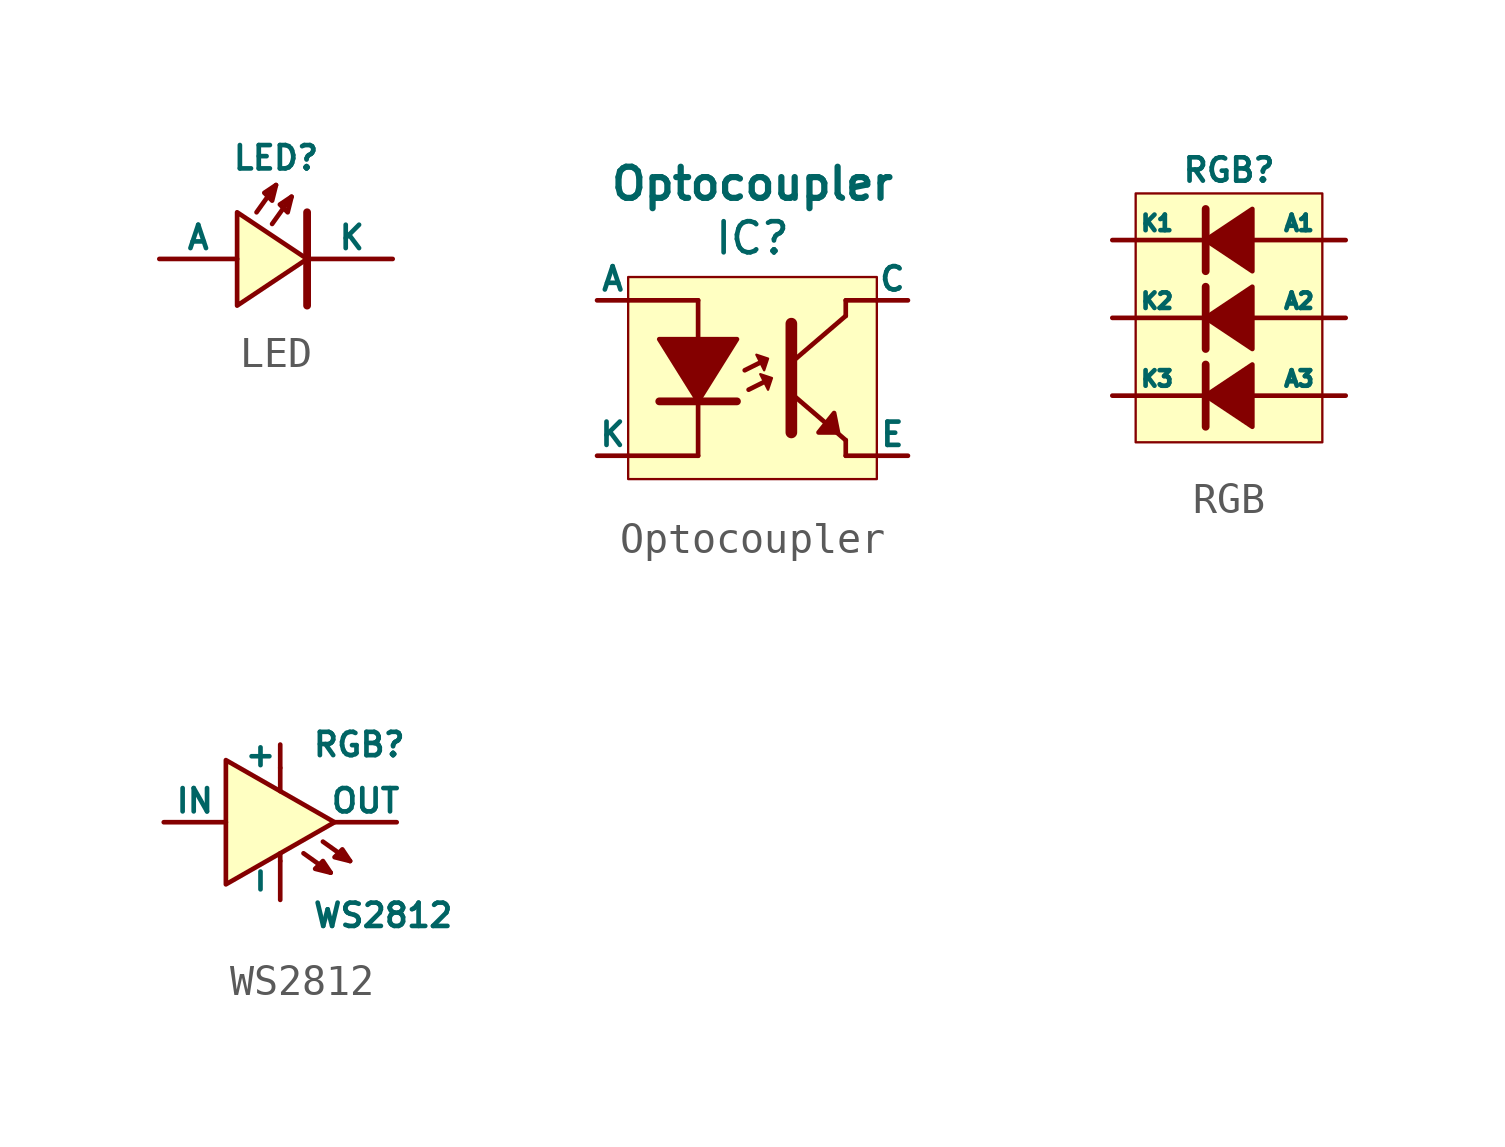
<source format=kicad_sym>
(kicad_symbol_lib
  (version 20231120)
  (generator "kicad_symbol_editor")
  (generator_version "8.0")
  (symbol "LED"
    (pin_numbers hide)
    (pin_names
      (offset 0))
    (property "Reference" "LED"
      (at 0 3.302 0)
      (effects (font (size 0.762 0.762))))
    (symbol "LED_0_1"
      (polyline (pts (xy 0 2.413) (xy -0.635 1.524)) (stroke (width 0) (type solid)) (fill (type none)))
      (polyline (pts (xy 0.508 2.032) (xy -0.127 1.143)) (stroke (width 0) (type solid)) (fill (type none)))
      (polyline (pts (xy 1.016 1.524) (xy 1.016 -1.524)) (stroke (width 0.254) (type solid)) (fill (type none)))
      (polyline (pts (xy -1.27 1.524) (xy -1.27 -1.524) (xy 1.016 0) (xy -1.27 1.524)) (stroke (width 0) (type solid)) (fill (type background)))
      (polyline (pts (xy 0 2.413) (xy -0.381 2.159) (xy -0.127 1.905) (xy 0 2.413)) (stroke (width 0) (type solid)) (fill (type none)))
      (polyline (pts (xy 0.508 2.032) (xy 0.127 1.778) (xy 0.381 1.524) (xy 0.508 2.032)) (stroke (width 0) (type solid)) (fill (type none))))
    (symbol "LED_1_1"
      (pin passive line (at 3.81 0 180) (length 2.667) (name "K" (effects (font (size 0.762 0.762)))) (number "1" (effects (font (size 0.762 0.762)))))
      (pin passive line (at -3.81 0 0) (length 2.54) (name "A" (effects (font (size 0.762 0.762)))) (number "2" (effects (font (size 0.762 0.762)))))))
  (symbol "Optocoupler"
    (pin_numbers hide)
    (pin_names
      (offset 0))
    (property "Reference" "IC"
      (at 0 4.572 0)
      (effects (font (size 1.016 1.016))))
    (property "Value" "Optocoupler"
      (at 0 6.35 0)
      (effects (font (size 1.016 1.016) (bold yes))))
    (symbol "Optocoupler_0_1"
      (rectangle (start -4.064 3.302) (end 4.064 -3.302) (stroke (width 0.076) (type solid)) (fill (type background)))
      (polyline (pts (xy -4.064 -2.54) (xy -1.778 -2.54)) (stroke (width 0) (type solid)) (fill (type none)))
      (polyline (pts (xy -4.064 2.54) (xy -1.778 2.54)) (stroke (width 0) (type solid)) (fill (type none)))
      (polyline (pts (xy -3.048 -0.762) (xy -0.508 -0.762)) (stroke (width 0.254) (type solid)) (fill (type none)))
      (polyline (pts (xy -1.778 -0.762) (xy -1.778 -2.54)) (stroke (width 0) (type solid)) (fill (type none)))
      (polyline (pts (xy -1.778 1.27) (xy -1.778 2.54)) (stroke (width 0) (type solid)) (fill (type none)))
      (polyline (pts (xy -0.254 0.254) (xy 0.254 0.508)) (stroke (width 0) (type solid)) (fill (type none)))
      (polyline (pts (xy -0.127 -0.381) (xy 0.381 -0.127)) (stroke (width 0) (type solid)) (fill (type none)))
      (polyline (pts (xy 1.27 1.778) (xy 1.27 -1.778)) (stroke (width 0.381) (type solid)) (fill (type none)))
      (polyline (pts (xy 3.048 -2.54) (xy 4.064 -2.54)) (stroke (width 0) (type solid)) (fill (type none)))
      (polyline (pts (xy 3.048 -2.032) (xy 1.27 -0.508)) (stroke (width 0) (type solid)) (fill (type none)))
      (polyline (pts (xy 3.048 -2.032) (xy 3.048 -2.54)) (stroke (width 0) (type solid)) (fill (type none)))
      (polyline (pts (xy 3.048 2.032) (xy 1.27 0.508)) (stroke (width 0) (type solid)) (fill (type none)))
      (polyline (pts (xy 3.048 2.032) (xy 3.048 2.54)) (stroke (width 0) (type solid)) (fill (type none)))
      (polyline (pts (xy 3.048 2.54) (xy 4.064 2.54)) (stroke (width 0) (type solid)) (fill (type none)))
      (polyline (pts (xy -0.508 1.27) (xy -1.778 -0.762) (xy -3.048 1.27) (xy -0.508 1.27)) (stroke (width 0) (type solid)) (fill (type outline)))
      (polyline (pts (xy 0.508 0.635) (xy 0.127 0.762) (xy 0.381 0.254) (xy 0.508 0.635)) (stroke (width 0.076) (type solid)) (fill (type outline)))
      (polyline (pts (xy 0.635 0) (xy 0.254 0.127) (xy 0.508 -0.381) (xy 0.635 0)) (stroke (width 0.076) (type solid)) (fill (type outline)))
      (polyline (pts (xy 2.794 -1.778) (xy 2.667 -1.143) (xy 2.159 -1.778) (xy 2.794 -1.778)) (stroke (width 0) (type solid)) (fill (type outline))))
    (symbol "Optocoupler_1_1"
      (pin passive line (at -5.08 2.54 0) (length 1.016) (name "A" (effects (font (size 0.762 0.762)))) (number "1" (effects (font (size 0.762 0.762)))))
      (pin passive line (at -5.08 -2.54 0) (length 1.016) (name "K" (effects (font (size 0.762 0.762)))) (number "2" (effects (font (size 0.762 0.762)))))
      (pin passive line (at 5.08 -2.54 180) (length 1.016) (name "E" (effects (font (size 0.762 0.762)))) (number "3" (effects (font (size 0.762 0.762)))))
      (pin passive line (at 5.08 2.54 180) (length 1.016) (name "C" (effects (font (size 0.762 0.762)))) (number "4" (effects (font (size 0.762 0.762)))))))
  (symbol "RGB"
    (pin_numbers hide)
    (pin_names
      (offset 0))
    (property "Reference" "RGB"
      (at 0 4.826 0)
      (effects (font (size 0.762 0.762))))
    (symbol "RGB_0_1"
      (rectangle (start -3.048 4.064) (end 3.048 -4.064) (stroke (width 0.076) (type solid)) (fill (type background)))
      (polyline (pts (xy -0.762 -3.556) (xy -0.762 -1.524)) (stroke (width 0.254) (type solid)) (fill (type none)))
      (polyline (pts (xy -0.762 -1.016) (xy -0.762 1.016)) (stroke (width 0.254) (type solid)) (fill (type none)))
      (polyline (pts (xy -0.762 1.524) (xy -0.762 3.556)) (stroke (width 0.254) (type solid)) (fill (type none)))
      (polyline (pts (xy -0.762 -2.54) (xy 0.762 -1.524) (xy 0.762 -3.556) (xy -0.762 -2.54)) (stroke (width 0) (type solid)) (fill (type outline)))
      (polyline (pts (xy -0.762 0) (xy 0.762 1.016) (xy 0.762 -1.016) (xy -0.762 0)) (stroke (width 0) (type solid)) (fill (type outline)))
      (polyline (pts (xy -0.762 2.54) (xy 0.762 3.556) (xy 0.762 1.524) (xy -0.762 2.54)) (stroke (width 0) (type solid)) (fill (type outline))))
    (symbol "RGB_1_1"
      (pin input line (at 3.81 2.54 180) (length 3.048) (name "A1" (effects (font (size 0.508 0.508)))) (number "1" (effects (font (size 0.508 0.508)))))
      (pin input line (at -3.81 2.54 0) (length 2.921) (name "K1" (effects (font (size 0.508 0.508)))) (number "2" (effects (font (size 0.508 0.508)))))
      (pin input line (at 3.81 0 180) (length 3.048) (name "A2" (effects (font (size 0.508 0.508)))) (number "3" (effects (font (size 0.508 0.508)))))
      (pin input line (at -3.81 0 0) (length 2.921) (name "K2" (effects (font (size 0.508 0.508)))) (number "4" (effects (font (size 0.508 0.508)))))
      (pin input line (at 3.81 -2.54 180) (length 3.048) (name "A3" (effects (font (size 0.508 0.508)))) (number "5" (effects (font (size 0.508 0.508)))))
      (pin input line (at -3.81 -2.54 0) (length 2.921) (name "K3" (effects (font (size 0.508 0.508)))) (number "6" (effects (font (size 0.508 0.508)))))))
  (symbol "WS2812"
    (pin_numbers hide)
    (pin_names
      (offset 0))
    (property "Reference" "RGB"
      (at 1.016 2.54 0)
      (effects (font (size 0.762 0.762)) (justify left)))
    (property "Value" "WS2812"
      (at 1.016 -3.048 0)
      (effects (font (size 0.762 0.762)) (justify left)))
    (symbol "WS2812_0_1"
      (polyline (pts (xy 0 -1.27) (xy 0 -1.016)) (stroke (width 0) (type default)) (fill (type none)))
      (polyline (pts (xy 0 1.778) (xy 0 1.016)) (stroke (width 0) (type default)) (fill (type none)))
      (polyline (pts (xy 1.651 -1.651) (xy 0.762 -1.016)) (stroke (width 0) (type solid)) (fill (type none)))
      (polyline (pts (xy 2.286 -1.27) (xy 1.397 -0.635)) (stroke (width 0) (type solid)) (fill (type none)))
      (polyline (pts (xy -1.778 2.032) (xy -1.778 -2.032) (xy 1.778 0) (xy -1.778 2.032)) (stroke (width 0) (type solid)) (fill (type background)))
      (polyline (pts (xy 1.651 -1.651) (xy 1.397 -1.27) (xy 1.143 -1.524) (xy 1.651 -1.651)) (stroke (width 0) (type solid)) (fill (type none)))
      (polyline (pts (xy 2.286 -1.27) (xy 2.032 -0.889) (xy 1.778 -1.143) (xy 2.286 -1.27)) (stroke (width 0) (type solid)) (fill (type none))))
    (symbol "WS2812_1_1"
      (pin output line (at 3.81 0 180) (length 2.032) (name "OUT" (effects (font (size 0.762 0.762)))) (number "1" (effects (font (size 0.762 0.762)))))
      (pin power_in line (at 0 2.54 270) (length 0.762) (name "+" (effects (font (size 0.762 0.762)))) (number "2" (effects (font (size 0.762 0.762)))))
      (pin input line (at -3.81 0 0) (length 2.032) (name "IN" (effects (font (size 0.762 0.762)))) (number "3" (effects (font (size 0.762 0.762)))))
      (pin power_in line (at 0 -2.54 90) (length 1.27) (name "-" (effects (font (size 0.762 0.762)))) (number "4" (effects (font (size 0.762 0.762))))))))
</source>
